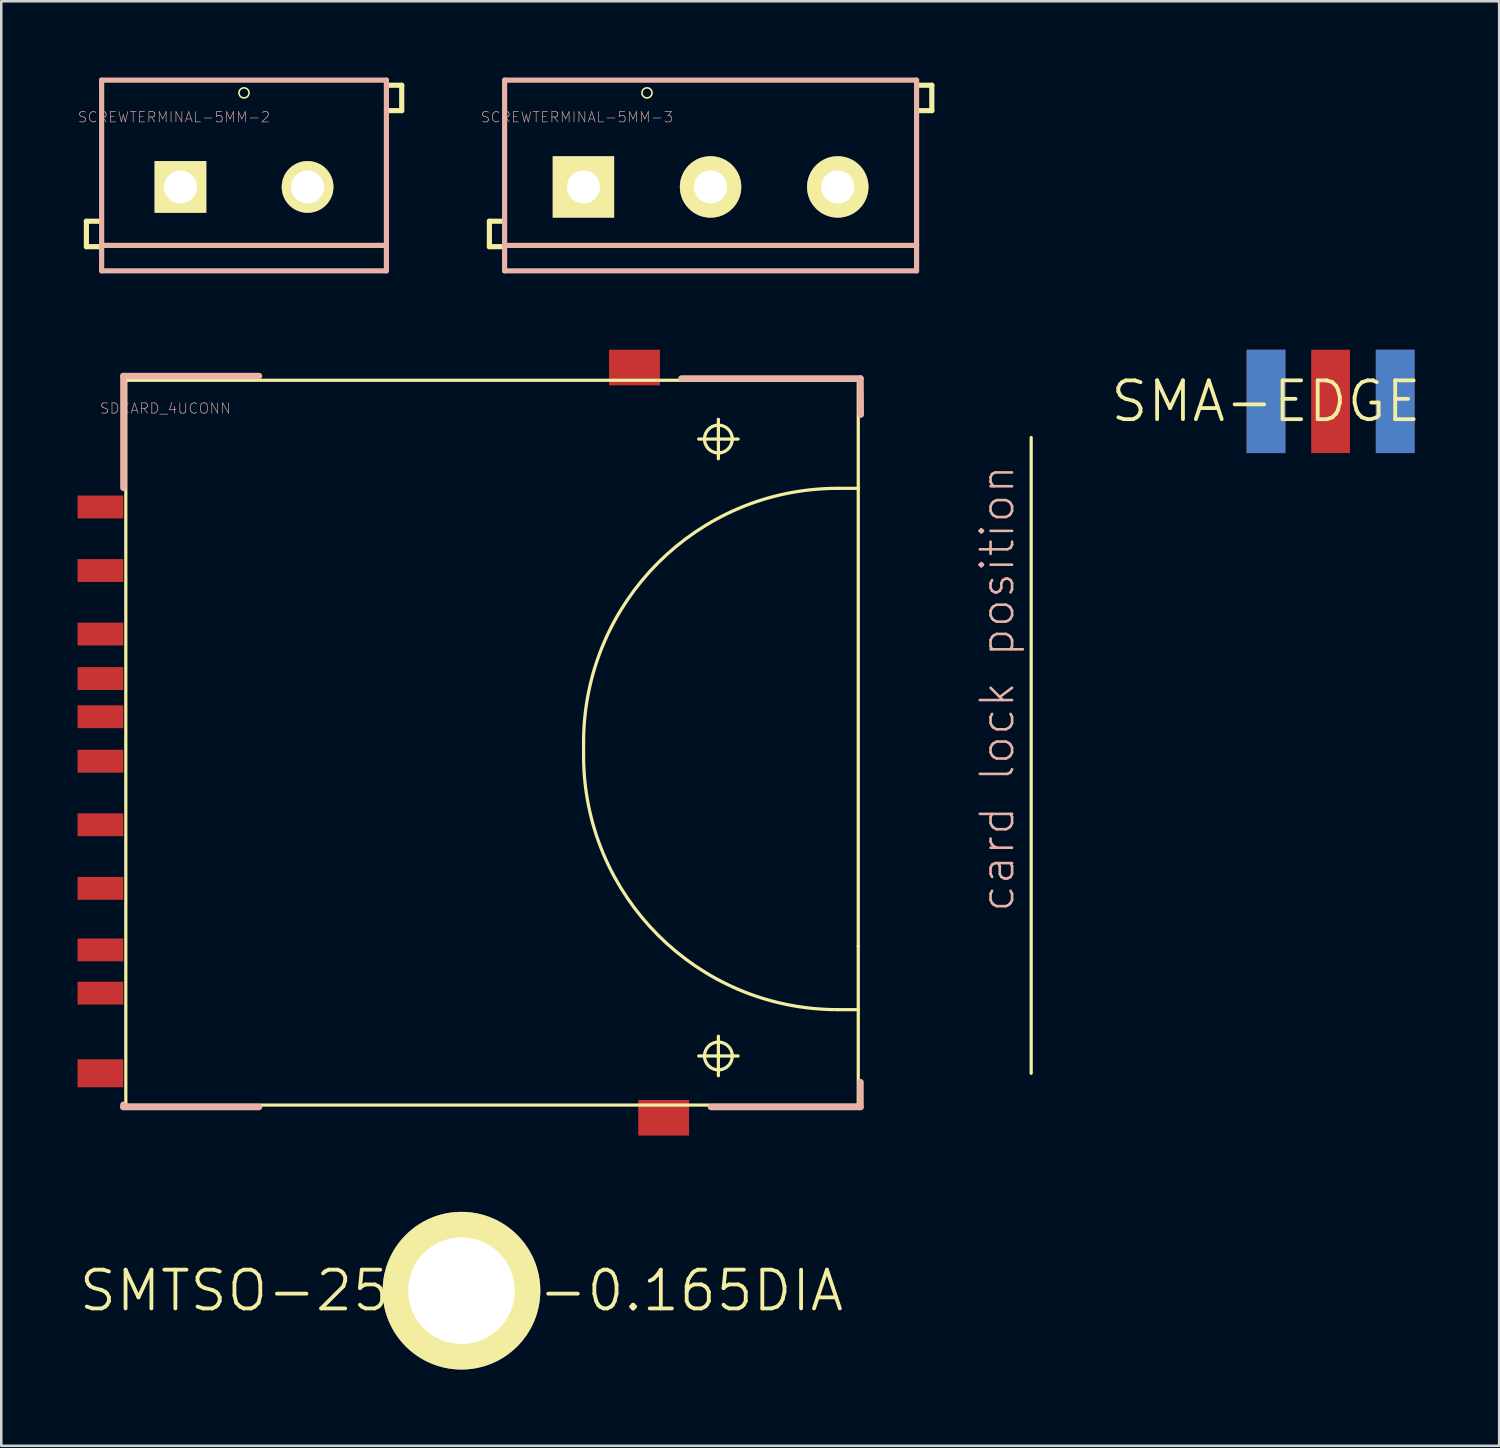
<source format=kicad_pcb>
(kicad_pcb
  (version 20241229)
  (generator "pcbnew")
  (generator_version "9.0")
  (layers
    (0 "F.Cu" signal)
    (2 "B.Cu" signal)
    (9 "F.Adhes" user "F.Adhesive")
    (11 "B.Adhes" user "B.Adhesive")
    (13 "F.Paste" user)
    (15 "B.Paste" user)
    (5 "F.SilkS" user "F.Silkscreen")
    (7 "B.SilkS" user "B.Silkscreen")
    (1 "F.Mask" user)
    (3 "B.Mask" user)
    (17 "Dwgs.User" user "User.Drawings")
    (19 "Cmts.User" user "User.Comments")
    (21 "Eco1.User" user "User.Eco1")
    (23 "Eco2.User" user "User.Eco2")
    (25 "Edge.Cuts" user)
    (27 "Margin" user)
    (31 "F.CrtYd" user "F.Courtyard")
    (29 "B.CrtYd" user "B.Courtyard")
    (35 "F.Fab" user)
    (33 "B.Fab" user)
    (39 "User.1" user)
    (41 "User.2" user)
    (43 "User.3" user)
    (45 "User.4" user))
  (footprint "SCREWTERMINAL-5MM-2"
    (layer "F.Cu")
    (at 4.045 4.3)
    (property "Reference" "SCREWTERMINAL-5MM-2" (at -0.254 -2.743 0) (layer "B.SilkS") (effects (font (size 0.406 0.406) (thickness 0.025))))
    (attr exclude_from_pos_files exclude_from_bom)
    (fp_line (start -3.698 1.349) (end -3.698 2.349) (stroke (width 0.203) (type solid)) (layer "F.SilkS"))
    (fp_line (start -3.698 2.349) (end -3.099 2.349) (stroke (width 0.203) (type solid)) (layer "F.SilkS"))
    (fp_line (start -3.099 1.349) (end -3.698 1.349) (stroke (width 0.203) (type solid)) (layer "F.SilkS"))
    (fp_line (start 8.098 -3.998) (end 8.7 -3.998) (stroke (width 0.203) (type solid)) (layer "F.SilkS"))
    (fp_line (start 8.7 -3.998) (end 8.7 -3) (stroke (width 0.203) (type solid)) (layer "F.SilkS"))
    (fp_line (start 8.7 -3) (end 8.098 -3) (stroke (width 0.203) (type solid)) (layer "F.SilkS"))
    (fp_circle (center 2.499 -3.698) (end 2.639 -3.838) (stroke (width 0.064) (type solid)) (fill no) (layer "F.SilkS"))
    (fp_line (start -3.099 -4.199) (end 8.098 -4.199) (stroke (width 0.203) (type solid)) (layer "B.SilkS"))
    (fp_line (start -3.099 2.299) (end -3.099 -4.199) (stroke (width 0.203) (type solid)) (layer "B.SilkS"))
    (fp_line (start -3.099 3.299) (end -3.099 2.299) (stroke (width 0.203) (type solid)) (layer "B.SilkS"))
    (fp_line (start 8.098 -4.199) (end 8.098 2.299) (stroke (width 0.203) (type solid)) (layer "B.SilkS"))
    (fp_line (start 8.098 2.299) (end -3.099 2.299) (stroke (width 0.203) (type solid)) (layer "B.SilkS"))
    (fp_line (start 8.098 2.299) (end 8.098 3.299) (stroke (width 0.203) (type solid)) (layer "B.SilkS"))
    (fp_line (start 8.098 3.299) (end -3.099 3.299) (stroke (width 0.203) (type solid)) (layer "B.SilkS"))
    (pad "1" thru_hole rect (at 0 0) (size 2.032 2.032) (drill 1.298) (layers "*.Cu" "F.Mask" "F.SilkS" "F.Paste"))
    (pad "2" thru_hole circle (at 4.999 0) (size 2.032 2.032) (drill 1.298) (layers "*.Cu" "F.Mask" "F.SilkS" "F.Paste")))
  (footprint "SMTSO-256-ET-0.165DIA"
    (layer "F.Cu")
    (at 15.095 47.699)
    (property "Reference" "SMTSO-256-ET-0.165DIA" (at 0 0 0) (layer "F.SilkS") (effects (font (size 1.524 1.524) (thickness 0.15))))
    (attr exclude_from_pos_files exclude_from_bom)
    (fp_arc (start -2.286 -1.016) (mid -1.770063 -1.767747) (end -1.018992 -2.284668) (stroke (width 1.016) (type solid)) (layer "F.SilkS"))
    (fp_arc (start -1.016 2.286) (mid -1.767747 1.770063) (end -2.284668 1.018992) (stroke (width 1.016) (type solid)) (layer "F.SilkS"))
    (fp_arc (start 1.016 -2.286) (mid 1.767747 -1.770063) (end 2.284668 -1.018992) (stroke (width 1.016) (type solid)) (layer "F.SilkS"))
    (fp_arc (start 2.286 1.016) (mid 1.770063 1.767747) (end 1.018992 2.284668) (stroke (width 1.016) (type solid)) (layer "F.SilkS"))
    (fp_circle (center 0 0) (end -0.508 0.508) (stroke (width 0.064) (type solid)) (fill no) (layer "F.SilkS"))
    (pad "P$1" thru_hole circle (at 0 0) (size 6.198 6.198) (drill 4.191) (layers "*.Cu" "F.Mask" "F.SilkS" "F.Paste")))
  (footprint "SCREWTERMINAL-5MM-3"
    (layer "F.Cu")
    (at 19.89 4.3)
    (property "Reference" "SCREWTERMINAL-5MM-3" (at -0.254 -2.743 0) (layer "B.SilkS") (effects (font (size 0.406 0.406) (thickness 0.025))))
    (attr exclude_from_pos_files exclude_from_bom)
    (fp_line (start -3.698 1.349) (end -3.698 2.349) (stroke (width 0.203) (type solid)) (layer "F.SilkS"))
    (fp_line (start -3.698 2.349) (end -3.099 2.349) (stroke (width 0.203) (type solid)) (layer "F.SilkS"))
    (fp_line (start -3.099 1.349) (end -3.698 1.349) (stroke (width 0.203) (type solid)) (layer "F.SilkS"))
    (fp_line (start 13.099 -3.998) (end 13.698 -3.998) (stroke (width 0.203) (type solid)) (layer "F.SilkS"))
    (fp_line (start 13.698 -3.998) (end 13.698 -3) (stroke (width 0.203) (type solid)) (layer "F.SilkS"))
    (fp_line (start 13.698 -3) (end 13.099 -3) (stroke (width 0.203) (type solid)) (layer "F.SilkS"))
    (fp_circle (center 2.499 -3.698) (end 2.639 -3.838) (stroke (width 0.064) (type solid)) (fill no) (layer "F.SilkS"))
    (fp_line (start -3.099 -4.199) (end 13.099 -4.199) (stroke (width 0.203) (type solid)) (layer "B.SilkS"))
    (fp_line (start -3.099 2.299) (end -3.099 -4.199) (stroke (width 0.203) (type solid)) (layer "B.SilkS"))
    (fp_line (start -3.099 3.299) (end -3.099 2.299) (stroke (width 0.203) (type solid)) (layer "B.SilkS"))
    (fp_line (start 13.099 -4.199) (end 13.099 2.299) (stroke (width 0.203) (type solid)) (layer "B.SilkS"))
    (fp_line (start 13.099 2.299) (end -3.099 2.299) (stroke (width 0.203) (type solid)) (layer "B.SilkS"))
    (fp_line (start 13.099 2.299) (end 13.099 3.299) (stroke (width 0.203) (type solid)) (layer "B.SilkS"))
    (fp_line (start 13.099 3.299) (end -3.099 3.299) (stroke (width 0.203) (type solid)) (layer "B.SilkS"))
    (pad "1" thru_hole rect (at 0 0) (size 2.413 2.413) (drill 1.298) (layers "*.Cu" "F.Mask" "F.SilkS" "F.Paste"))
    (pad "2" thru_hole circle (at 4.999 0) (size 2.413 2.413) (drill 1.298) (layers "*.Cu" "F.Mask" "F.SilkS" "F.Paste"))
    (pad "3" thru_hole circle (at 10 0) (size 2.413 2.413) (drill 1.298) (layers "*.Cu" "F.Mask" "F.SilkS" "F.Paste")))
  (footprint "SMA-EDGE"
    (layer "F.Cu")
    (at 46.728 12.733)
    (property "Reference" "SMA-EDGE" (at 0 0 0) (layer "F.SilkS") (effects (font (size 1.524 1.524) (thickness 0.15))))
    (attr smd)
    (pad "GND@" smd rect (at 0 0) (size 1.524 4.064) (layers "F.Cu" "F.Mask" "F.Paste"))
    (pad "GND@" smd rect (at 0 0) (size 1.524 4.064) (layers "B.Cu" "B.Mask"))
    (pad "GND@" smd rect (at 5.08 0) (size 1.524 4.064) (layers "F.Cu" "F.Mask" "F.Paste"))
    (pad "GND@" smd rect (at 5.08 0) (size 1.524 4.064) (layers "B.Cu" "B.Mask"))
    (pad "SIG" smd rect (at 2.54 0) (size 1.524 4.064) (layers "F.Cu" "F.Mask" "F.Paste")))
  (footprint "SDCARD_4UCONN"
    (layer "F.Cu")
    (at 1.897 26.151)
    (property "Reference" "SDCARD_4UCONN" (at 1.554 -13.142 0) (layer "B.SilkS") (effects (font (size 0.406 0.406) (thickness 0.025))))
    (attr smd)
    (fp_line (start 0 -14.249) (end 28.799 -14.249) (stroke (width 0.127) (type solid)) (layer "F.SilkS"))
    (fp_line (start 0 14.249) (end 0 -14.249) (stroke (width 0.127) (type solid)) (layer "F.SilkS"))
    (fp_line (start 17.998 0) (end 17.998 0.498) (stroke (width 0.127) (type solid)) (layer "F.SilkS"))
    (fp_line (start 22.525 -11.938) (end 24.074 -11.938) (stroke (width 0.127) (type solid)) (layer "F.SilkS"))
    (fp_line (start 22.525 12.319) (end 24.074 12.319) (stroke (width 0.127) (type solid)) (layer "F.SilkS"))
    (fp_line (start 23.299 -11.163) (end 23.299 -12.713) (stroke (width 0.127) (type solid)) (layer "F.SilkS"))
    (fp_line (start 23.299 13.094) (end 23.299 11.544) (stroke (width 0.127) (type solid)) (layer "F.SilkS"))
    (fp_line (start 27.998 10.498) (end 28.799 10.498) (stroke (width 0.127) (type solid)) (layer "F.SilkS"))
    (fp_line (start 28.799 -14.249) (end 28.799 -10) (stroke (width 0.127) (type solid)) (layer "F.SilkS"))
    (fp_line (start 28.799 -10) (end 27.998 -10) (stroke (width 0.127) (type solid)) (layer "F.SilkS"))
    (fp_line (start 28.799 -10) (end 28.799 7.998) (stroke (width 0.127) (type solid)) (layer "F.SilkS"))
    (fp_line (start 28.799 7.998) (end 28.799 10.498) (stroke (width 0.127) (type solid)) (layer "F.SilkS"))
    (fp_line (start 28.799 10.498) (end 28.799 14.249) (stroke (width 0.127) (type solid)) (layer "F.SilkS"))
    (fp_line (start 28.799 14.249) (end 0 14.249) (stroke (width 0.127) (type solid)) (layer "F.SilkS"))
    (fp_line (start 35.598 -11.999) (end 35.598 13) (stroke (width 0.127) (type solid)) (layer "F.SilkS"))
    (fp_arc (start 17.99844 0) (mid 20.927366 -7.071054) (end 27.99842 -9.99998) (stroke (width 0.127) (type solid)) (layer "F.SilkS"))
    (fp_arc (start 27.99842 10.49782) (mid 20.927366 7.568894) (end 17.99844 0.49784) (stroke (width 0.127) (type solid)) (layer "F.SilkS"))
    (fp_circle (center 23.299 -11.938) (end 23.686 -12.324) (stroke (width 0.127) (type solid)) (fill no) (layer "F.SilkS"))
    (fp_circle (center 23.299 12.319) (end 23.686 12.705) (stroke (width 0.127) (type solid)) (fill no) (layer "F.SilkS"))
    (fp_line (start -0.094 -14.417) (end 5.237 -14.417) (stroke (width 0.254) (type solid)) (layer "B.SilkS"))
    (fp_line (start -0.094 -10.018) (end -0.094 -14.417) (stroke (width 0.254) (type solid)) (layer "B.SilkS"))
    (fp_line (start -0.094 14.237) (end -0.094 14.326) (stroke (width 0.254) (type solid)) (layer "B.SilkS"))
    (fp_line (start -0.094 14.326) (end 5.237 14.326) (stroke (width 0.254) (type solid)) (layer "B.SilkS"))
    (fp_line (start 21.847 -14.318) (end 28.887 -14.318) (stroke (width 0.254) (type solid)) (layer "B.SilkS"))
    (fp_line (start 23.01 14.326) (end 28.887 14.326) (stroke (width 0.254) (type solid)) (layer "B.SilkS"))
    (fp_line (start 28.887 -14.318) (end 28.898 -12.898) (stroke (width 0.254) (type solid)) (layer "B.SilkS"))
    (fp_line (start 28.887 14.326) (end 28.887 13.348) (stroke (width 0.254) (type solid)) (layer "B.SilkS"))
    (fp_text user "card lock position" (at 34.265 -2.129 90) (layer "B.SilkS") (effects (font (size 1.27 1.27) (thickness 0.102))))
    (pad "1" smd rect (at -0.998 -6.769) (size 1.798 0.899) (layers "F.Cu" "F.Mask" "F.Paste"))
    (pad "2" smd rect (at -0.998 -4.27) (size 1.798 0.899) (layers "F.Cu" "F.Mask" "F.Paste"))
    (pad "3" smd rect (at -0.998 -2.52) (size 1.798 0.899) (layers "F.Cu" "F.Mask" "F.Paste"))
    (pad "4" smd rect (at -0.998 0.729) (size 1.798 0.899) (layers "F.Cu" "F.Mask" "F.Paste"))
    (pad "5" smd rect (at -0.998 3.228) (size 1.798 0.899) (layers "F.Cu" "F.Mask" "F.Paste"))
    (pad "6" smd rect (at -0.998 5.728) (size 1.798 0.899) (layers "F.Cu" "F.Mask" "F.Paste"))
    (pad "7" smd rect (at -0.998 8.148) (size 1.798 0.899) (layers "F.Cu" "F.Mask" "F.Paste"))
    (pad "8" smd rect (at -0.998 9.848) (size 1.798 0.899) (layers "F.Cu" "F.Mask" "F.Paste"))
    (pad "9" smd rect (at -0.998 -9.268) (size 1.798 0.899) (layers "F.Cu" "F.Mask" "F.Paste"))
    (pad "CD" smd rect (at -0.998 -1.019) (size 1.798 0.899) (layers "F.Cu" "F.Mask" "F.Paste"))
    (pad "SH@1" smd rect (at 20 -14.75) (size 1.999 1.4) (layers "F.Cu" "F.Mask" "F.Paste"))
    (pad "SH@2" smd rect (at 21.148 14.75) (size 1.999 1.4) (layers "F.Cu" "F.Mask" "F.Paste"))
    (pad "WP" smd rect (at -0.998 13) (size 1.798 1.1) (layers "F.Cu" "F.Mask" "F.Paste")))
  (gr_rect
    (start -3 -3)
    (end 55.896 53.798)
    (stroke (width 0.1) (type default))
    (fill no)
    (layer "Edge.Cuts")))
</source>
